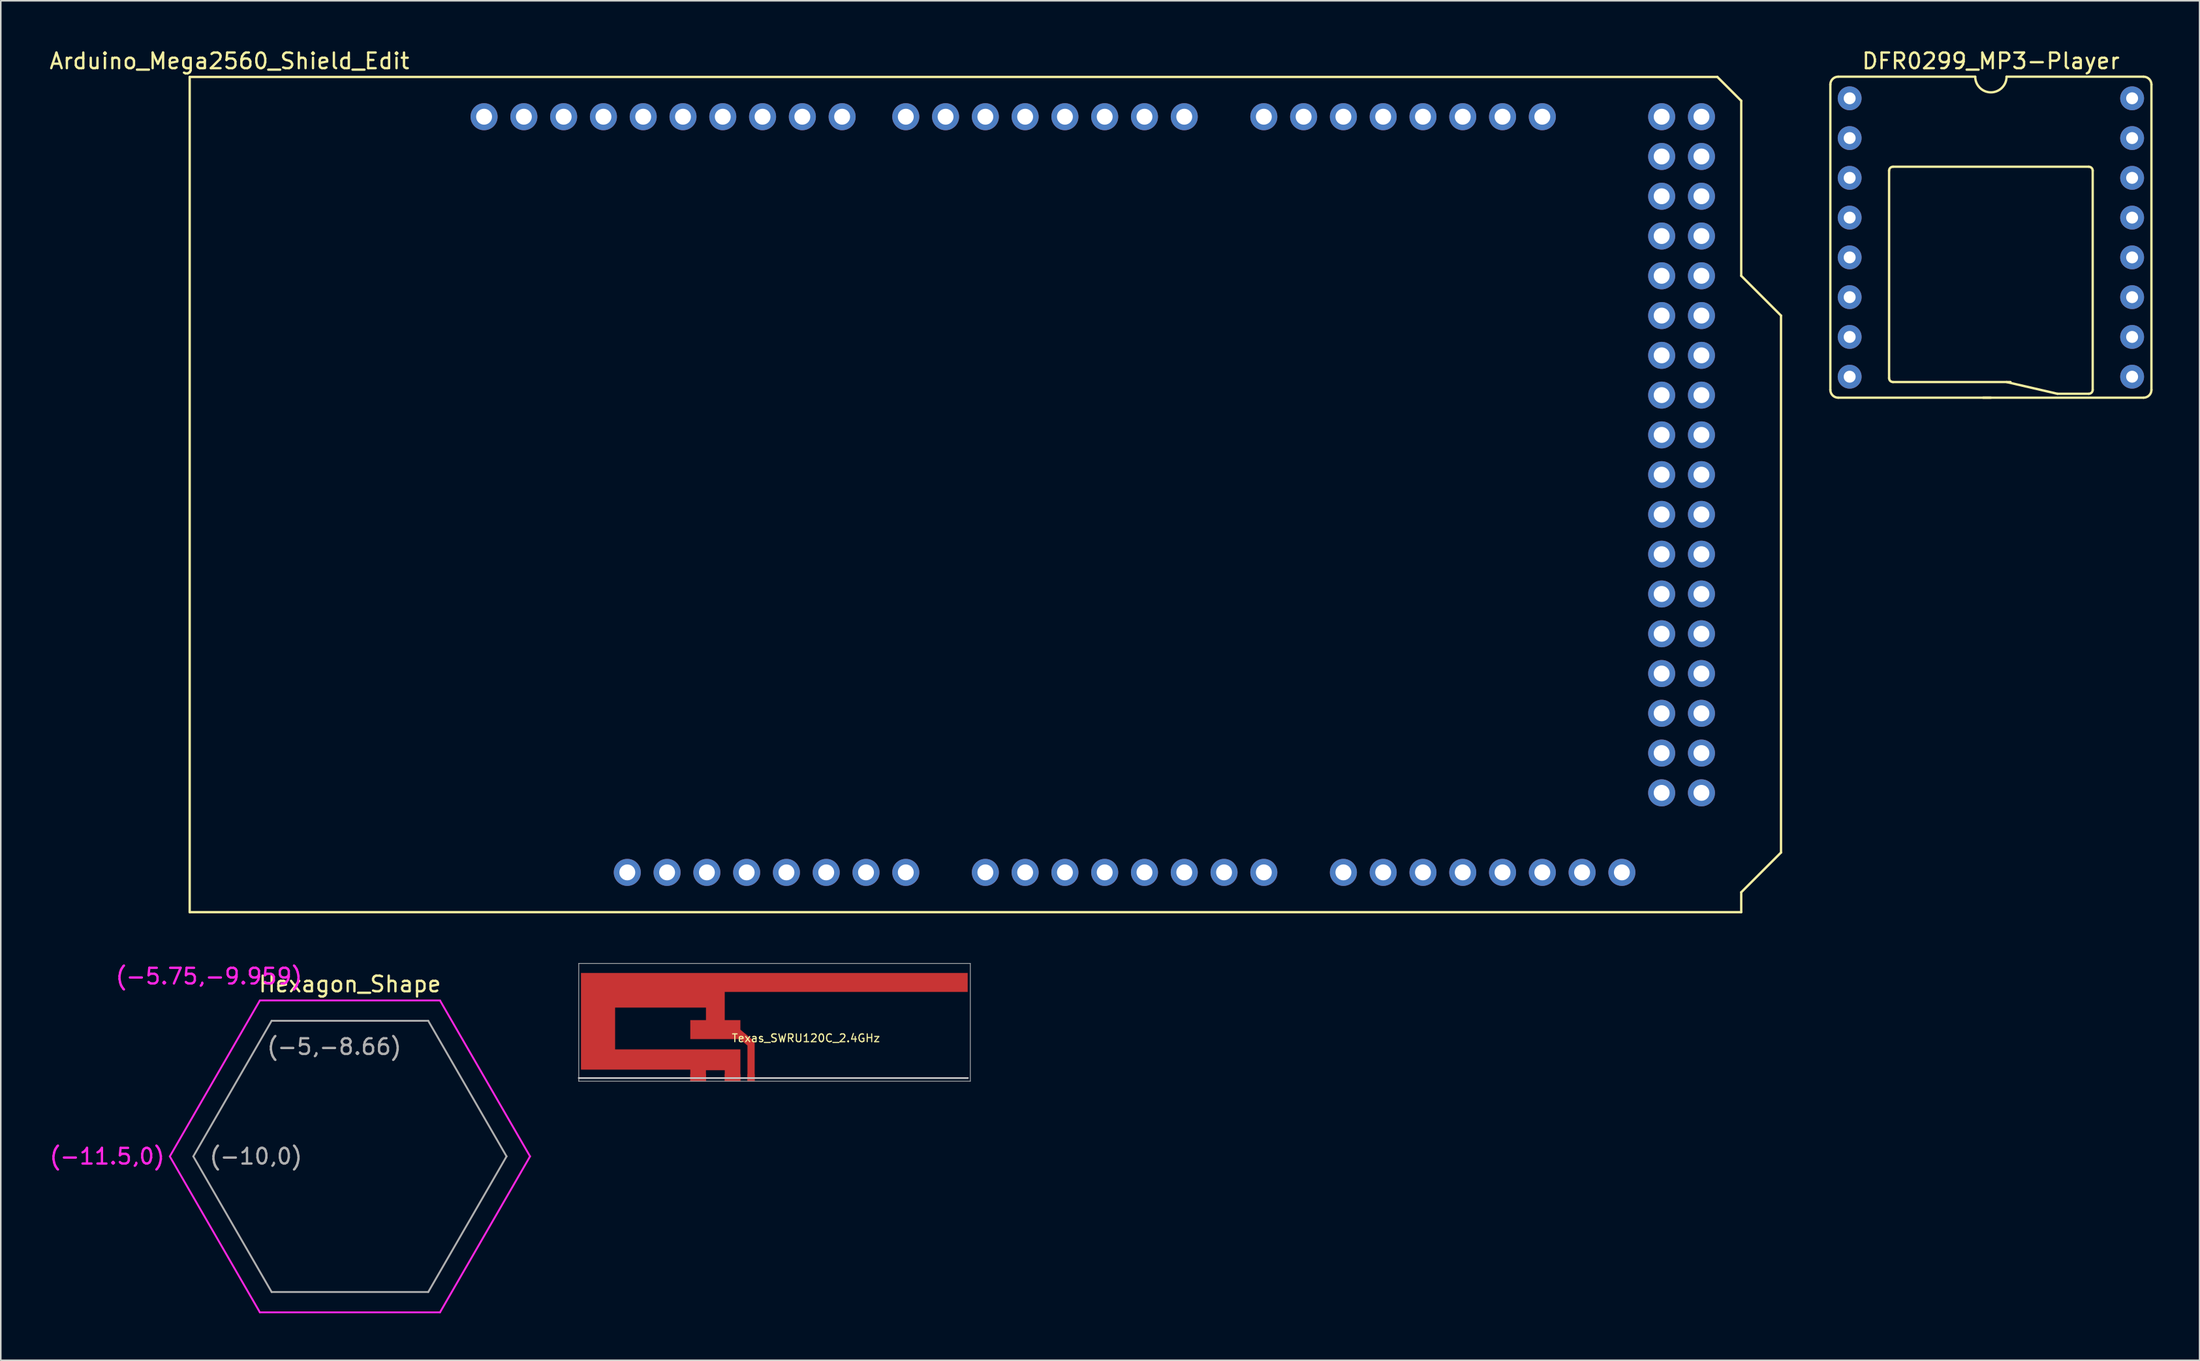
<source format=kicad_pcb>
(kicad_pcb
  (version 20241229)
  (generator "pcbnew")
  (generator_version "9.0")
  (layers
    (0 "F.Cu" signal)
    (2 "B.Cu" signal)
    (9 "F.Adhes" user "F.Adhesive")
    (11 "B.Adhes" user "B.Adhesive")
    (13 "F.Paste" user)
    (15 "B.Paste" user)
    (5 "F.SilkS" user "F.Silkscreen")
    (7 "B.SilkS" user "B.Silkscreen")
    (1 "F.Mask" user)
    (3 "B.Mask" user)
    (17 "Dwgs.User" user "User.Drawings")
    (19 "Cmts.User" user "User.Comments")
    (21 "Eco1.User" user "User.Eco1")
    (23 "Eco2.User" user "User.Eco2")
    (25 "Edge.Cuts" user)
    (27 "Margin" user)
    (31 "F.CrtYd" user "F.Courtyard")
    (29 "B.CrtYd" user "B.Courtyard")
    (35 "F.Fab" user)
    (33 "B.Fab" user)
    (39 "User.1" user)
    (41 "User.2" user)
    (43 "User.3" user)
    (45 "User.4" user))
  (footprint "DFR0299_MP3-Player"
    (layer "F.Cu")
    (at 124.061 10.848)
    (property "Reference" "DFR0299_MP3-Player" (at 0 -10 0) (layer "F.SilkS") (effects (font (size 1 1) (thickness 0.15))))
    (attr through_hole)
    (fp_line (start -10.25 11) (end -10.25 -8.5) (stroke (width 0.15) (type solid)) (layer "F.SilkS"))
    (fp_line (start -9.75 -9) (end -1 -9) (stroke (width 0.15) (type solid)) (layer "F.SilkS"))
    (fp_line (start -9.75 11.5) (end 0 11.5) (stroke (width 0.15) (type solid)) (layer "F.SilkS"))
    (fp_line (start -6.5 10.25) (end -6.5 -3) (stroke (width 0.15) (type solid)) (layer "F.SilkS"))
    (fp_line (start -6.25 -3.25) (end 6.25 -3.25) (stroke (width 0.15) (type solid)) (layer "F.SilkS"))
    (fp_line (start -6.25 10.5) (end 1.25 10.5) (stroke (width 0.15) (type solid)) (layer "F.SilkS"))
    (fp_line (start -0.5 11.5) (end 9.75 11.5) (stroke (width 0.15) (type solid)) (layer "F.SilkS"))
    (fp_line (start 1 -9) (end 9.75 -9) (stroke (width 0.15) (type solid)) (layer "F.SilkS"))
    (fp_line (start 1 10.5) (end 4.25 11.25) (stroke (width 0.15) (type solid)) (layer "F.SilkS"))
    (fp_line (start 4.25 11.25) (end 6.25 11.25) (stroke (width 0.15) (type solid)) (layer "F.SilkS"))
    (fp_line (start 6.5 11) (end 6.5 -3) (stroke (width 0.15) (type solid)) (layer "F.SilkS"))
    (fp_line (start 10.25 -8.5) (end 10.25 11) (stroke (width 0.15) (type solid)) (layer "F.SilkS"))
    (fp_arc (start -10.25 -8.5) (mid -10.103553 -8.853553) (end -9.75 -9) (stroke (width 0.15) (type solid)) (layer "F.SilkS"))
    (fp_arc (start -9.75 11.5) (mid -10.103553 11.353553) (end -10.25 11) (stroke (width 0.15) (type solid)) (layer "F.SilkS"))
    (fp_arc (start -6.5 -3) (mid -6.426777 -3.176777) (end -6.25 -3.25) (stroke (width 0.15) (type solid)) (layer "F.SilkS"))
    (fp_arc (start -6.25 10.5) (mid -6.426777 10.426777) (end -6.5 10.25) (stroke (width 0.15) (type solid)) (layer "F.SilkS"))
    (fp_arc (start 1 -9) (mid 0 -8) (end -1 -9) (stroke (width 0.15) (type solid)) (layer "F.SilkS"))
    (fp_arc (start 6.25 -3.25) (mid 6.426777 -3.176777) (end 6.5 -3) (stroke (width 0.15) (type solid)) (layer "F.SilkS"))
    (fp_arc (start 6.5 11) (mid 6.426777 11.176777) (end 6.25 11.25) (stroke (width 0.15) (type solid)) (layer "F.SilkS"))
    (fp_arc (start 9.75 -9) (mid 10.103553 -8.853553) (end 10.25 -8.5) (stroke (width 0.15) (type solid)) (layer "F.SilkS"))
    (fp_arc (start 10.25 11) (mid 10.103553 11.353553) (end 9.75 11.5) (stroke (width 0.15) (type solid)) (layer "F.SilkS"))
    (pad "1" thru_hole circle (at -9.017 -7.62) (size 1.524 1.524) (drill 0.762) (layers "*.Cu" "*.Mask"))
    (pad "2" thru_hole circle (at -9.017 -5.08) (size 1.524 1.524) (drill 0.762) (layers "*.Cu" "*.Mask"))
    (pad "3" thru_hole circle (at -9.017 -2.54) (size 1.524 1.524) (drill 0.762) (layers "*.Cu" "*.Mask"))
    (pad "4" thru_hole circle (at -9.017 0) (size 1.524 1.524) (drill 0.762) (layers "*.Cu" "*.Mask"))
    (pad "5" thru_hole circle (at -9.017 2.54) (size 1.524 1.524) (drill 0.762) (layers "*.Cu" "*.Mask"))
    (pad "6" thru_hole circle (at -9.017 5.08) (size 1.524 1.524) (drill 0.762) (layers "*.Cu" "*.Mask"))
    (pad "7" thru_hole circle (at -9.017 7.62) (size 1.524 1.524) (drill 0.762) (layers "*.Cu" "*.Mask"))
    (pad "8" thru_hole circle (at -9.017 10.16) (size 1.524 1.524) (drill 0.762) (layers "*.Cu" "*.Mask"))
    (pad "8" thru_hole circle (at 9.017 10.16 180) (size 1.524 1.524) (drill 0.762) (layers "*.Cu" "*.Mask"))
    (pad "9" thru_hole circle (at 9.017 7.62 180) (size 1.524 1.524) (drill 0.762) (layers "*.Cu" "*.Mask"))
    (pad "10" thru_hole circle (at 9.017 5.08 180) (size 1.524 1.524) (drill 0.762) (layers "*.Cu" "*.Mask"))
    (pad "11" thru_hole circle (at 9.017 2.54 180) (size 1.524 1.524) (drill 0.762) (layers "*.Cu" "*.Mask"))
    (pad "12" thru_hole circle (at 9.017 0 180) (size 1.524 1.524) (drill 0.762) (layers "*.Cu" "*.Mask"))
    (pad "13" thru_hole circle (at 9.017 -2.54 180) (size 1.524 1.524) (drill 0.762) (layers "*.Cu" "*.Mask"))
    (pad "14" thru_hole circle (at 9.017 -5.08 180) (size 1.524 1.524) (drill 0.762) (layers "*.Cu" "*.Mask"))
    (pad "15" thru_hole circle (at 9.017 -7.62 180) (size 1.524 1.524) (drill 0.762) (layers "*.Cu" "*.Mask")))
  (footprint "Hexagon_Shape"
    (layer "F.Cu")
    (at 19.292 70.802)
    (property "Reference" "Hexagon_Shape" (at 0 -11 0) (layer "F.SilkS") (effects (font (size 1 1) (thickness 0.15))))
    (attr through_hole)
    (fp_line (start -11.5 0) (end -5.75 -9.959) (stroke (width 0.12) (type solid)) (layer "F.CrtYd"))
    (fp_line (start -11.5 0) (end -5.75 9.959) (stroke (width 0.12) (type solid)) (layer "F.CrtYd"))
    (fp_line (start -5.75 -9.959) (end 5.75 -9.959) (stroke (width 0.12) (type solid)) (layer "F.CrtYd"))
    (fp_line (start -5.75 9.959) (end 5.75 9.959) (stroke (width 0.12) (type solid)) (layer "F.CrtYd"))
    (fp_line (start 5.75 -9.959) (end 11.5 0) (stroke (width 0.12) (type solid)) (layer "F.CrtYd"))
    (fp_line (start 11.5 0) (end 5.75 9.959) (stroke (width 0.12) (type solid)) (layer "F.CrtYd"))
    (fp_line (start -10 0) (end -5 8.66) (stroke (width 0.12) (type solid)) (layer "F.Fab"))
    (fp_line (start -5 -8.66) (end -10 0) (stroke (width 0.12) (type solid)) (layer "F.Fab"))
    (fp_line (start -5 8.66) (end 5 8.66) (stroke (width 0.12) (type solid)) (layer "F.Fab"))
    (fp_line (start 5 -8.66) (end -5 -8.66) (stroke (width 0.12) (type solid)) (layer "F.Fab"))
    (fp_line (start 5 8.66) (end 10 0) (stroke (width 0.12) (type solid)) (layer "F.Fab"))
    (fp_line (start 10 0) (end 5 -8.66) (stroke (width 0.12) (type solid)) (layer "F.Fab"))
    (fp_text user "(-5.75,-9.959)" (at -9 -11.5 0) (layer "F.CrtYd") (effects (font (size 1 1) (thickness 0.15))))
    (fp_text user "(-11.5,0)" (at -15.5 0 0) (layer "F.CrtYd") (effects (font (size 1 1) (thickness 0.15))))
    (fp_text user "(-5,-8.66)" (at -1 -7 0) (layer "F.Fab") (effects (font (size 1 1) (thickness 0.15))))
    (fp_text user "(-10,0)" (at -6 0 0) (layer "F.Fab") (effects (font (size 1 1) (thickness 0.15)))))
  (footprint "Texas_SWRU120C_2.4GHz"
    (layer "F.Cu")
    (at 44.902 65.999)
    (property "Reference" "Texas_SWRU120C_2.4GHz" (at 3.5 -2.75 0) (layer "F.SilkS") (effects (font (size 0.5 0.5) (thickness 0.075))))
    (attr through_hole)
    (fp_line (start 13.843 -0.203) (end -11 -0.203) (stroke (width 0.1) (type solid)) (layer "Dwgs.User"))
    (fp_line (start 13.843 -0.203) (end -11 -0.203) (stroke (width 0.1) (type solid)) (layer "Dwgs.User"))
    (fp_line (start -11 -7.52) (end 14 -7.52) (stroke (width 0.05) (type solid)) (layer "F.Fab"))
    (fp_line (start -11 0) (end -11 -7.52) (stroke (width 0.05) (type solid)) (layer "F.Fab"))
    (fp_line (start 14 -7.52) (end 14 0) (stroke (width 0.05) (type solid)) (layer "F.Fab"))
    (fp_line (start 14 0) (end -11 0) (stroke (width 0.05) (type solid)) (layer "F.Fab"))
    (pad "1" smd rect (at 0 -0.23) (size 0.46 0.46) (layers "F.Cu" "F.Mask" "F.Paste"))
    (pad "1" smd custom (at 1.486 -6.142) (size 0.2 0.2) (layers "F.Cu" "F.Mask" "F.Paste") (options (anchor circle)) (primitives (gr_poly (pts (xy -1.716 6.142) (xy -1.716 3.862) (xy -2.216 3.452) (xy -5.365 3.452) (xy -5.365 2.242) (xy -4.365 2.242) (xy -4.365 1.442) (xy -10.165 1.442) (xy -10.165 4.112) (xy -2.166 4.112) (xy -2.166 6.142) (xy -3.166 6.142) (xy -3.166 5.442) (xy -4.365 5.442) (xy -4.365 6.142) (xy -5.365 6.142) (xy -5.365 5.402) (xy -12.345 5.402) (xy -12.345 -0.768) (xy 12.345 -0.768) (xy 12.345 0.442) (xy -3.166 0.442) (xy -3.166 2.242) (xy -2.166 2.242) (xy -2.166 2.852) (xy -1.256 3.612) (xy -1.256 6.142)) (width 0) (fill yes))))
    (pad "2" smd rect (at -3.38 -0.23) (size 1 0.46) (layers "F.Cu" "F.Mask" "F.Paste"))
    (pad "2" smd rect (at -1.18 -0.23) (size 1 0.46) (layers "F.Cu" "F.Mask" "F.Paste")))
  (footprint "Arduino_Mega2560_Shield_Edit"
    (layer "F.Cu")
    (at 9.061 55.204)
    (property "Reference" "Arduino_Mega2560_Shield_Edit" (at 2.54 -54.356 0) (layer "F.SilkS") (effects (font (size 1 1) (thickness 0.15))))
    (attr through_hole)
    (fp_line (start 0 -53.34) (end 0 0) (stroke (width 0.15) (type solid)) (layer "F.SilkS"))
    (fp_line (start 0 -53.34) (end 97.536 -53.34) (stroke (width 0.15) (type solid)) (layer "F.SilkS"))
    (fp_line (start 0 0) (end 99.06 0) (stroke (width 0.15) (type solid)) (layer "F.SilkS"))
    (fp_line (start 97.536 -53.34) (end 99.06 -51.816) (stroke (width 0.15) (type solid)) (layer "F.SilkS"))
    (fp_line (start 99.06 -40.64) (end 99.06 -51.816) (stroke (width 0.15) (type solid)) (layer "F.SilkS"))
    (fp_line (start 99.06 -1.27) (end 101.6 -3.81) (stroke (width 0.15) (type solid)) (layer "F.SilkS"))
    (fp_line (start 99.06 0) (end 99.06 -1.27) (stroke (width 0.15) (type solid)) (layer "F.SilkS"))
    (fp_line (start 101.6 -38.1) (end 99.06 -40.64) (stroke (width 0.15) (type solid)) (layer "F.SilkS"))
    (fp_line (start 101.6 -3.81) (end 101.6 -38.1) (stroke (width 0.15) (type solid)) (layer "F.SilkS"))
    (pad "" thru_hole oval (at 27.94 -2.54) (size 1.727 1.727) (drill 1.016) (layers "*.Cu" "*.Mask"))
    (pad "3V3" thru_hole oval (at 35.56 -2.54) (size 1.727 1.727) (drill 1.016) (layers "*.Cu" "*.Mask"))
    (pad "5V1" thru_hole oval (at 38.1 -2.54) (size 1.727 1.727) (drill 1.016) (layers "*.Cu" "*.Mask"))
    (pad "5V3" thru_hole oval (at 93.98 -50.8) (size 1.727 1.727) (drill 1.016) (layers "*.Cu" "*.Mask"))
    (pad "5V4" thru_hole oval (at 96.52 -50.8) (size 1.727 1.727) (drill 1.016) (layers "*.Cu" "*.Mask"))
    (pad "A0" thru_hole oval (at 50.8 -2.54) (size 1.727 1.727) (drill 1.016) (layers "*.Cu" "*.Mask"))
    (pad "A1" thru_hole oval (at 53.34 -2.54) (size 1.727 1.727) (drill 1.016) (layers "*.Cu" "*.Mask"))
    (pad "A2" thru_hole oval (at 55.88 -2.54) (size 1.727 1.727) (drill 1.016) (layers "*.Cu" "*.Mask"))
    (pad "A3" thru_hole oval (at 58.42 -2.54) (size 1.727 1.727) (drill 1.016) (layers "*.Cu" "*.Mask"))
    (pad "A4" thru_hole oval (at 60.96 -2.54) (size 1.727 1.727) (drill 1.016) (layers "*.Cu" "*.Mask"))
    (pad "A5" thru_hole oval (at 63.5 -2.54) (size 1.727 1.727) (drill 1.016) (layers "*.Cu" "*.Mask"))
    (pad "A6" thru_hole oval (at 66.04 -2.54) (size 1.727 1.727) (drill 1.016) (layers "*.Cu" "*.Mask"))
    (pad "A7" thru_hole oval (at 68.58 -2.54) (size 1.727 1.727) (drill 1.016) (layers "*.Cu" "*.Mask"))
    (pad "A8" thru_hole oval (at 73.66 -2.54) (size 1.727 1.727) (drill 1.016) (layers "*.Cu" "*.Mask"))
    (pad "A9" thru_hole oval (at 76.2 -2.54) (size 1.727 1.727) (drill 1.016) (layers "*.Cu" "*.Mask"))
    (pad "A10" thru_hole oval (at 78.74 -2.54) (size 1.727 1.727) (drill 1.016) (layers "*.Cu" "*.Mask"))
    (pad "A11" thru_hole oval (at 81.28 -2.54) (size 1.727 1.727) (drill 1.016) (layers "*.Cu" "*.Mask"))
    (pad "A12" thru_hole oval (at 83.82 -2.54) (size 1.727 1.727) (drill 1.016) (layers "*.Cu" "*.Mask"))
    (pad "A13" thru_hole oval (at 86.36 -2.54) (size 1.727 1.727) (drill 1.016) (layers "*.Cu" "*.Mask"))
    (pad "A14" thru_hole oval (at 88.9 -2.54) (size 1.727 1.727) (drill 1.016) (layers "*.Cu" "*.Mask"))
    (pad "A15" thru_hole oval (at 91.44 -2.54) (size 1.727 1.727) (drill 1.016) (layers "*.Cu" "*.Mask"))
    (pad "AREF" thru_hole oval (at 23.876 -50.8) (size 1.727 1.727) (drill 1.016) (layers "*.Cu" "*.Mask"))
    (pad "D0" thru_hole oval (at 63.5 -50.8) (size 1.727 1.727) (drill 1.016) (layers "*.Cu" "*.Mask"))
    (pad "D1" thru_hole oval (at 60.96 -50.8) (size 1.727 1.727) (drill 1.016) (layers "*.Cu" "*.Mask"))
    (pad "D2" thru_hole oval (at 58.42 -50.8) (size 1.727 1.727) (drill 1.016) (layers "*.Cu" "*.Mask"))
    (pad "D3" thru_hole oval (at 55.88 -50.8) (size 1.727 1.727) (drill 1.016) (layers "*.Cu" "*.Mask"))
    (pad "D4" thru_hole oval (at 53.34 -50.8) (size 1.727 1.727) (drill 1.016) (layers "*.Cu" "*.Mask"))
    (pad "D5" thru_hole oval (at 50.8 -50.8) (size 1.727 1.727) (drill 1.016) (layers "*.Cu" "*.Mask"))
    (pad "D6" thru_hole oval (at 48.26 -50.8) (size 1.727 1.727) (drill 1.016) (layers "*.Cu" "*.Mask"))
    (pad "D7" thru_hole oval (at 45.72 -50.8) (size 1.727 1.727) (drill 1.016) (layers "*.Cu" "*.Mask"))
    (pad "D8" thru_hole oval (at 41.656 -50.8) (size 1.727 1.727) (drill 1.016) (layers "*.Cu" "*.Mask"))
    (pad "D9" thru_hole oval (at 39.116 -50.8) (size 1.727 1.727) (drill 1.016) (layers "*.Cu" "*.Mask"))
    (pad "D10" thru_hole oval (at 36.576 -50.8) (size 1.727 1.727) (drill 1.016) (layers "*.Cu" "*.Mask"))
    (pad "D11" thru_hole oval (at 34.036 -50.8) (size 1.727 1.727) (drill 1.016) (layers "*.Cu" "*.Mask"))
    (pad "D12" thru_hole oval (at 31.496 -50.8) (size 1.727 1.727) (drill 1.016) (layers "*.Cu" "*.Mask"))
    (pad "D13" thru_hole oval (at 28.956 -50.8) (size 1.727 1.727) (drill 1.016) (layers "*.Cu" "*.Mask"))
    (pad "D14" thru_hole oval (at 68.58 -50.8) (size 1.727 1.727) (drill 1.016) (layers "*.Cu" "*.Mask"))
    (pad "D15" thru_hole oval (at 71.12 -50.8) (size 1.727 1.727) (drill 1.016) (layers "*.Cu" "*.Mask"))
    (pad "D16" thru_hole oval (at 73.66 -50.8) (size 1.727 1.727) (drill 1.016) (layers "*.Cu" "*.Mask"))
    (pad "D17" thru_hole oval (at 76.2 -50.8) (size 1.727 1.727) (drill 1.016) (layers "*.Cu" "*.Mask"))
    (pad "D18" thru_hole oval (at 78.74 -50.8) (size 1.727 1.727) (drill 1.016) (layers "*.Cu" "*.Mask"))
    (pad "D19" thru_hole oval (at 81.28 -50.8) (size 1.727 1.727) (drill 1.016) (layers "*.Cu" "*.Mask"))
    (pad "D20" thru_hole oval (at 83.82 -50.8) (size 1.727 1.727) (drill 1.016) (layers "*.Cu" "*.Mask"))
    (pad "D21" thru_hole oval (at 86.36 -50.8) (size 1.727 1.727) (drill 1.016) (layers "*.Cu" "*.Mask"))
    (pad "D22" thru_hole oval (at 93.98 -48.26) (size 1.727 1.727) (drill 1.016) (layers "*.Cu" "*.Mask"))
    (pad "D23" thru_hole oval (at 96.52 -48.26) (size 1.727 1.727) (drill 1.016) (layers "*.Cu" "*.Mask"))
    (pad "D24" thru_hole oval (at 93.98 -45.72) (size 1.727 1.727) (drill 1.016) (layers "*.Cu" "*.Mask"))
    (pad "D25" thru_hole oval (at 96.52 -45.72) (size 1.727 1.727) (drill 1.016) (layers "*.Cu" "*.Mask"))
    (pad "D26" thru_hole oval (at 93.98 -43.18) (size 1.727 1.727) (drill 1.016) (layers "*.Cu" "*.Mask"))
    (pad "D27" thru_hole oval (at 96.52 -43.18) (size 1.727 1.727) (drill 1.016) (layers "*.Cu" "*.Mask"))
    (pad "D28" thru_hole oval (at 93.98 -40.64) (size 1.727 1.727) (drill 1.016) (layers "*.Cu" "*.Mask"))
    (pad "D29" thru_hole oval (at 96.52 -40.64) (size 1.727 1.727) (drill 1.016) (layers "*.Cu" "*.Mask"))
    (pad "D30" thru_hole oval (at 93.98 -38.1) (size 1.727 1.727) (drill 1.016) (layers "*.Cu" "*.Mask"))
    (pad "D31" thru_hole oval (at 96.52 -38.1) (size 1.727 1.727) (drill 1.016) (layers "*.Cu" "*.Mask"))
    (pad "D32" thru_hole oval (at 93.98 -35.56) (size 1.727 1.727) (drill 1.016) (layers "*.Cu" "*.Mask"))
    (pad "D33" thru_hole oval (at 96.52 -35.56) (size 1.727 1.727) (drill 1.016) (layers "*.Cu" "*.Mask"))
    (pad "D34" thru_hole oval (at 93.98 -33.02) (size 1.727 1.727) (drill 1.016) (layers "*.Cu" "*.Mask"))
    (pad "D35" thru_hole oval (at 96.52 -33.02) (size 1.727 1.727) (drill 1.016) (layers "*.Cu" "*.Mask"))
    (pad "D36" thru_hole oval (at 93.98 -30.48) (size 1.727 1.727) (drill 1.016) (layers "*.Cu" "*.Mask"))
    (pad "D37" thru_hole oval (at 96.52 -30.48) (size 1.727 1.727) (drill 1.016) (layers "*.Cu" "*.Mask"))
    (pad "D38" thru_hole oval (at 93.98 -27.94) (size 1.727 1.727) (drill 1.016) (layers "*.Cu" "*.Mask"))
    (pad "D39" thru_hole oval (at 96.52 -27.94) (size 1.727 1.727) (drill 1.016) (layers "*.Cu" "*.Mask"))
    (pad "D40" thru_hole oval (at 93.98 -25.4) (size 1.727 1.727) (drill 1.016) (layers "*.Cu" "*.Mask"))
    (pad "D41" thru_hole oval (at 96.52 -25.4) (size 1.727 1.727) (drill 1.016) (layers "*.Cu" "*.Mask"))
    (pad "D42" thru_hole oval (at 93.98 -22.86) (size 1.727 1.727) (drill 1.016) (layers "*.Cu" "*.Mask"))
    (pad "D43" thru_hole oval (at 96.52 -22.86) (size 1.727 1.727) (drill 1.016) (layers "*.Cu" "*.Mask"))
    (pad "D44" thru_hole oval (at 93.98 -20.32) (size 1.727 1.727) (drill 1.016) (layers "*.Cu" "*.Mask"))
    (pad "D45" thru_hole oval (at 96.52 -20.32) (size 1.727 1.727) (drill 1.016) (layers "*.Cu" "*.Mask"))
    (pad "D46" thru_hole oval (at 93.98 -17.78) (size 1.727 1.727) (drill 1.016) (layers "*.Cu" "*.Mask"))
    (pad "D47" thru_hole oval (at 96.52 -17.78) (size 1.727 1.727) (drill 1.016) (layers "*.Cu" "*.Mask"))
    (pad "D48" thru_hole oval (at 93.98 -15.24) (size 1.727 1.727) (drill 1.016) (layers "*.Cu" "*.Mask"))
    (pad "D49" thru_hole oval (at 96.52 -15.24) (size 1.727 1.727) (drill 1.016) (layers "*.Cu" "*.Mask"))
    (pad "D50" thru_hole oval (at 93.98 -12.7) (size 1.727 1.727) (drill 1.016) (layers "*.Cu" "*.Mask"))
    (pad "D51" thru_hole oval (at 96.52 -12.7) (size 1.727 1.727) (drill 1.016) (layers "*.Cu" "*.Mask"))
    (pad "D52" thru_hole oval (at 93.98 -10.16) (size 1.727 1.727) (drill 1.016) (layers "*.Cu" "*.Mask"))
    (pad "D53" thru_hole oval (at 96.52 -10.16) (size 1.727 1.727) (drill 1.016) (layers "*.Cu" "*.Mask"))
    (pad "GND1" thru_hole oval (at 26.416 -50.8) (size 1.727 1.727) (drill 1.016) (layers "*.Cu" "*.Mask"))
    (pad "GND2" thru_hole oval (at 40.64 -2.54) (size 1.727 1.727) (drill 1.016) (layers "*.Cu" "*.Mask"))
    (pad "GND3" thru_hole oval (at 43.18 -2.54) (size 1.727 1.727) (drill 1.016) (layers "*.Cu" "*.Mask"))
    (pad "GND5" thru_hole oval (at 93.98 -7.62) (size 1.727 1.727) (drill 1.016) (layers "*.Cu" "*.Mask"))
    (pad "GND6" thru_hole oval (at 96.52 -7.62) (size 1.727 1.727) (drill 1.016) (layers "*.Cu" "*.Mask"))
    (pad "IORF" thru_hole oval (at 30.48 -2.54) (size 1.727 1.727) (drill 1.016) (layers "*.Cu" "*.Mask"))
    (pad "RST1" thru_hole oval (at 33.02 -2.54) (size 1.727 1.727) (drill 1.016) (layers "*.Cu" "*.Mask"))
    (pad "SCL" thru_hole oval (at 18.796 -50.8) (size 1.727 1.727) (drill 1.016) (layers "*.Cu" "*.Mask"))
    (pad "SDA" thru_hole oval (at 21.336 -50.8) (size 1.727 1.727) (drill 1.016) (layers "*.Cu" "*.Mask"))
    (pad "VIN" thru_hole oval (at 45.72 -2.54) (size 1.727 1.727) (drill 1.016) (layers "*.Cu" "*.Mask")))
  (gr_rect
    (start -3 -3)
    (end 137.386 83.822)
    (stroke (width 0.1) (type default))
    (fill no)
    (layer "Edge.Cuts")))
</source>
